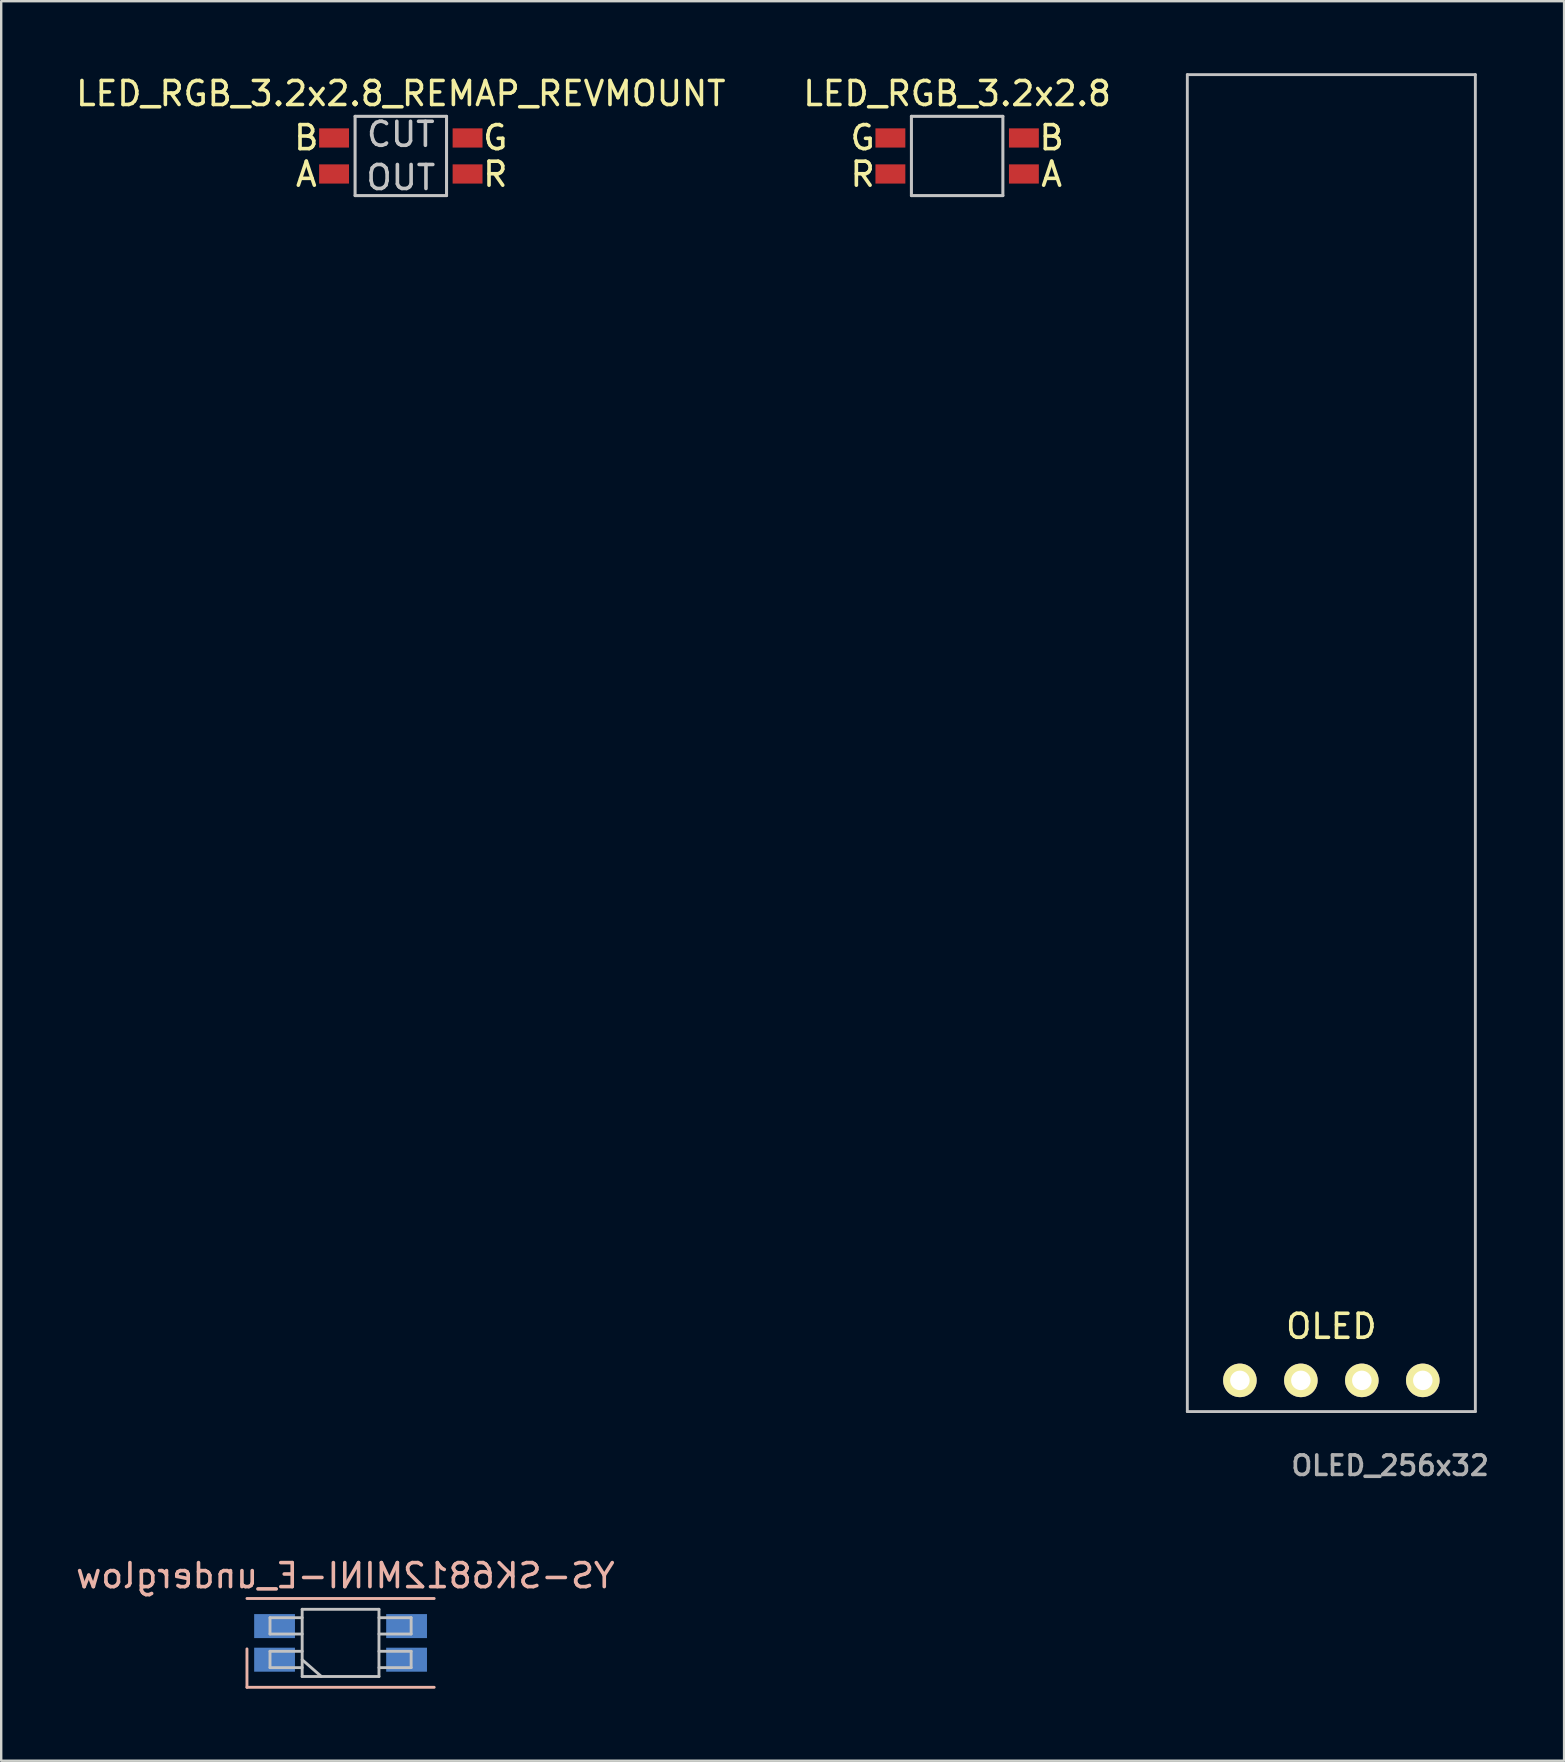
<source format=kicad_pcb>
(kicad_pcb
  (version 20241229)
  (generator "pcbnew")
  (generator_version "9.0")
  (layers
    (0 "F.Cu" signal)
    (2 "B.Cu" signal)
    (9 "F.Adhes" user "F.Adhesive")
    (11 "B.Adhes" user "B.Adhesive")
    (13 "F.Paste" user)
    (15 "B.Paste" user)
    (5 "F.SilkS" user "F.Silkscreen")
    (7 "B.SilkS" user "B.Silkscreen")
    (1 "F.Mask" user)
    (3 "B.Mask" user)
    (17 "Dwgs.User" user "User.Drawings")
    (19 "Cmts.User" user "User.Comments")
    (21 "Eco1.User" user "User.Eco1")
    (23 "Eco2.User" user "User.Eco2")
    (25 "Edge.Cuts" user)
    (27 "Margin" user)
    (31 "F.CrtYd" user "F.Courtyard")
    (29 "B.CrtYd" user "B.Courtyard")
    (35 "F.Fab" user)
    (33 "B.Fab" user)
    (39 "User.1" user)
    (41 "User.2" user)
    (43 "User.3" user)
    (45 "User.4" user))
  (footprint "OLED_256x32"
    (layer "F.Cu")
    (at 52.417 55.76)
    (property "Reference" "OLED_256x32" (at 2.45 2.25 180) (layer "F.Fab") (effects (font (size 0.813 0.813) (thickness 0.15))))
    (attr through_hole)
    (fp_line (start -6 -55.7) (end 6 -55.7) (stroke (width 0.12) (type solid)) (layer "Dwgs.User"))
    (fp_line (start -6 0) (end -6 -55.7) (stroke (width 0.12) (type solid)) (layer "Dwgs.User"))
    (fp_line (start -6 0) (end 6 0) (stroke (width 0.12) (type solid)) (layer "Dwgs.User"))
    (fp_line (start 6 -55.7) (end 6 0) (stroke (width 0.12) (type solid)) (layer "Dwgs.User"))
    (fp_text user "OLED" (at 0 -3.55 0) (layer "F.SilkS") (effects (font (size 1 1) (thickness 0.15))))
    (pad "1" thru_hole circle (at -3.81 -1.3) (size 1.397 1.397) (drill 0.813) (layers "*.Cu" "B.Mask" "F.SilkS"))
    (pad "2" thru_hole circle (at -1.27 -1.3) (size 1.397 1.397) (drill 0.813) (layers "*.Cu" "B.Mask" "F.SilkS"))
    (pad "3" thru_hole circle (at 1.27 -1.3) (size 1.397 1.397) (drill 0.813) (layers "*.Cu" "B.Mask" "F.SilkS"))
    (pad "4" thru_hole circle (at 3.81 -1.3) (size 1.397 1.397) (drill 0.813) (layers "*.Cu" "B.Mask" "F.SilkS")))
  (footprint "LED_RGB_3.2x2.8"
    (layer "F.Cu")
    (at 34.627 3.248)
    (property "Reference" "LED_RGB_3.2x2.8" (at 2.2 -2.4 0) (layer "F.SilkS") (effects (font (size 1 1) (thickness 0.15))))
    (attr smd)
    (fp_line (start 0.295 -1.451) (end 4.105 -1.451) (stroke (width 0.127) (type solid)) (layer "Dwgs.User"))
    (fp_line (start 0.295 1.851) (end 0.295 -1.451) (stroke (width 0.127) (type solid)) (layer "Dwgs.User"))
    (fp_line (start 4.105 -1.451) (end 4.105 1.851) (stroke (width 0.127) (type solid)) (layer "Dwgs.User"))
    (fp_line (start 4.105 1.851) (end 0.295 1.851) (stroke (width 0.127) (type solid)) (layer "Dwgs.User"))
    (fp_text user "A" (at 6.137 0.962 0) (layer "F.SilkS") (effects (font (size 1 1) (thickness 0.15))))
    (fp_text user "R" (at -1.737 0.962 0) (layer "F.SilkS") (effects (font (size 1 1) (thickness 0.15))))
    (fp_text user "G" (at -1.737 -0.562 0) (layer "F.SilkS") (effects (font (size 1 1) (thickness 0.15))))
    (fp_text user "B" (at 6.137 -0.562 0) (layer "F.SilkS") (effects (font (size 1 1) (thickness 0.15))))
    (pad "1" smd rect (at -0.581 -0.55) (size 1.245 0.8) (layers "F.Cu" "F.Mask" "F.Paste"))
    (pad "2" smd rect (at -0.581 0.95) (size 1.245 0.8) (layers "F.Cu" "F.Mask" "F.Paste"))
    (pad "3" smd rect (at 4.981 -0.55) (size 1.245 0.8) (layers "F.Cu" "F.Mask" "F.Paste"))
    (pad "4" smd rect (at 4.981 0.95) (size 1.245 0.8) (layers "F.Cu" "F.Mask" "F.Paste")))
  (footprint "LED_RGB_3.2x2.8_REMAP_REVMOUNT"
    (layer "F.Cu")
    (at 13.649 3.448)
    (property "Reference" "LED_RGB_3.2x2.8_REMAP_REVMOUNT" (at 0 -2.6 0) (layer "F.SilkS") (effects (font (size 1 1) (thickness 0.15))))
    (attr smd)
    (fp_line (start -1.905 -1.651) (end 1.905 -1.651) (stroke (width 0.127) (type solid)) (layer "Dwgs.User"))
    (fp_line (start -1.905 1.651) (end -1.905 -1.651) (stroke (width 0.127) (type solid)) (layer "Dwgs.User"))
    (fp_line (start 1.905 -1.651) (end 1.905 1.651) (stroke (width 0.127) (type solid)) (layer "Dwgs.User"))
    (fp_line (start 1.905 1.651) (end -1.905 1.651) (stroke (width 0.127) (type solid)) (layer "Dwgs.User"))
    (fp_text user "B" (at -3.937 -0.762 0) (layer "F.SilkS") (effects (font (size 1 1) (thickness 0.15))))
    (fp_text user "A" (at -3.937 0.762 0) (layer "F.SilkS") (effects (font (size 1 1) (thickness 0.15))))
    (fp_text user "R" (at 3.937 0.762 0) (layer "F.SilkS") (effects (font (size 1 1) (thickness 0.15))))
    (fp_text user "G" (at 3.937 -0.762 0) (layer "F.SilkS") (effects (font (size 1 1) (thickness 0.15))))
    (fp_text user "OUT" (at 0 0.9 0) (layer "Dwgs.User") (effects (font (size 1 1) (thickness 0.15))))
    (fp_text user "CUT" (at 0 -0.9 0) (layer "Dwgs.User") (effects (font (size 1 1) (thickness 0.15))))
    (pad "1" smd rect (at -2.781 0.75) (size 1.245 0.8) (layers "F.Cu" "F.Mask" "F.Paste"))
    (pad "2" smd rect (at 2.781 0.75) (size 1.245 0.8) (layers "F.Cu" "F.Mask" "F.Paste"))
    (pad "3" smd rect (at 2.781 -0.75) (size 1.245 0.8) (layers "F.Cu" "F.Mask" "F.Paste"))
    (pad "4" smd rect (at -2.781 -0.75) (size 1.245 0.8) (layers "F.Cu" "F.Mask" "F.Paste")))
  (footprint "YS-SK6812MINI-E_underglow"
    (layer "F.Cu")
    (at 11.139 65.397)
    (property "Reference" "YS-SK6812MINI-E_underglow" (at 0.2 -2.8 0) (layer "B.SilkS") (effects (font (size 1 1) (thickness 0.15)) (justify mirror)))
    (attr through_hole)
    (fp_line (start -3.9 0.25) (end -3.9 1.85) (stroke (width 0.12) (type solid)) (layer "B.SilkS"))
    (fp_line (start -3.9 1.85) (end 3.9 1.85) (stroke (width 0.12) (type solid)) (layer "B.SilkS"))
    (fp_line (start 3.9 -1.85) (end -3.9 -1.85) (stroke (width 0.12) (type solid)) (layer "B.SilkS"))
    (fp_line (start -2.94 -1.05) (end -2.94 -0.37) (stroke (width 0.12) (type solid)) (layer "Dwgs.User"))
    (fp_line (start -2.94 -0.37) (end -1.6 -0.37) (stroke (width 0.12) (type solid)) (layer "Dwgs.User"))
    (fp_line (start -2.94 0.35) (end -2.94 1.03) (stroke (width 0.12) (type solid)) (layer "Dwgs.User"))
    (fp_line (start -2.94 1.03) (end -1.6 1.03) (stroke (width 0.12) (type solid)) (layer "Dwgs.User"))
    (fp_line (start -1.6 -1.4) (end -1.6 1.4) (stroke (width 0.12) (type solid)) (layer "Dwgs.User"))
    (fp_line (start -1.6 -1.4) (end 1.6 -1.4) (stroke (width 0.12) (type solid)) (layer "Dwgs.User"))
    (fp_line (start -1.6 -1.05) (end -2.94 -1.05) (stroke (width 0.12) (type solid)) (layer "Dwgs.User"))
    (fp_line (start -1.6 0.35) (end -2.94 0.35) (stroke (width 0.12) (type solid)) (layer "Dwgs.User"))
    (fp_line (start -1.6 0.7) (end -0.8 1.4) (stroke (width 0.12) (type solid)) (layer "Dwgs.User"))
    (fp_line (start -1.6 1.4) (end 1.6 1.4) (stroke (width 0.12) (type solid)) (layer "Dwgs.User"))
    (fp_line (start 1.6 -1.4) (end 1.6 1.4) (stroke (width 0.12) (type solid)) (layer "Dwgs.User"))
    (fp_line (start 1.6 -0.37) (end 2.94 -0.37) (stroke (width 0.12) (type solid)) (layer "Dwgs.User"))
    (fp_line (start 1.6 1.03) (end 2.94 1.03) (stroke (width 0.12) (type solid)) (layer "Dwgs.User"))
    (fp_line (start 2.94 -1.05) (end 1.6 -1.05) (stroke (width 0.12) (type solid)) (layer "Dwgs.User"))
    (fp_line (start 2.94 -0.37) (end 2.94 -1.05) (stroke (width 0.12) (type solid)) (layer "Dwgs.User"))
    (fp_line (start 2.94 0.35) (end 1.6 0.35) (stroke (width 0.12) (type solid)) (layer "Dwgs.User"))
    (fp_line (start 2.94 1.03) (end 2.94 0.35) (stroke (width 0.12) (type solid)) (layer "Dwgs.User"))
    (pad "1" smd rect (at 2.75 -0.7) (size 1.7 1) (layers "B.Cu" "B.Mask" "B.Paste"))
    (pad "2" smd rect (at 2.75 0.7) (size 1.7 1) (layers "B.Cu" "B.Mask" "B.Paste"))
    (pad "3" smd rect (at -2.75 0.7) (size 1.7 1) (layers "B.Cu" "B.Mask" "B.Paste"))
    (pad "4" smd rect (at -2.75 -0.7) (size 1.7 1) (layers "B.Cu" "B.Mask" "B.Paste")))
  (gr_rect
    (start -3 -3)
    (end 62.114 70.307)
    (stroke (width 0.1) (type default))
    (fill no)
    (layer "Edge.Cuts")))
</source>
